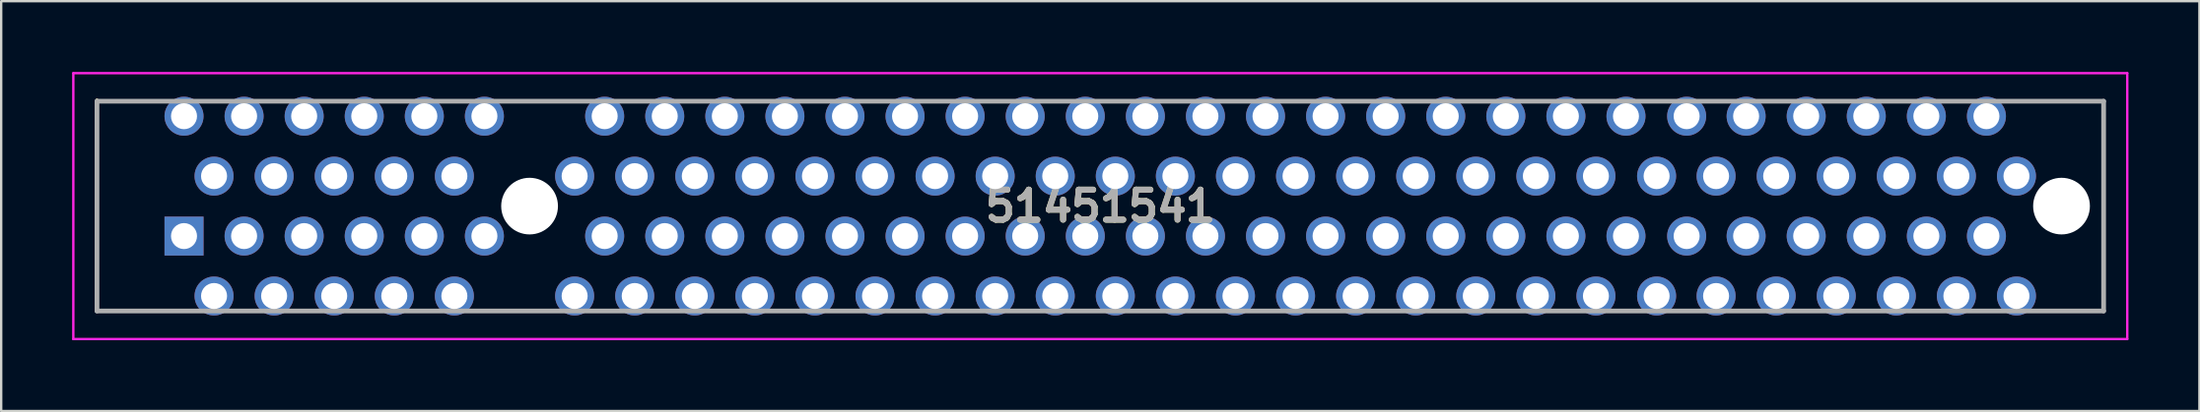
<source format=kicad_pcb>
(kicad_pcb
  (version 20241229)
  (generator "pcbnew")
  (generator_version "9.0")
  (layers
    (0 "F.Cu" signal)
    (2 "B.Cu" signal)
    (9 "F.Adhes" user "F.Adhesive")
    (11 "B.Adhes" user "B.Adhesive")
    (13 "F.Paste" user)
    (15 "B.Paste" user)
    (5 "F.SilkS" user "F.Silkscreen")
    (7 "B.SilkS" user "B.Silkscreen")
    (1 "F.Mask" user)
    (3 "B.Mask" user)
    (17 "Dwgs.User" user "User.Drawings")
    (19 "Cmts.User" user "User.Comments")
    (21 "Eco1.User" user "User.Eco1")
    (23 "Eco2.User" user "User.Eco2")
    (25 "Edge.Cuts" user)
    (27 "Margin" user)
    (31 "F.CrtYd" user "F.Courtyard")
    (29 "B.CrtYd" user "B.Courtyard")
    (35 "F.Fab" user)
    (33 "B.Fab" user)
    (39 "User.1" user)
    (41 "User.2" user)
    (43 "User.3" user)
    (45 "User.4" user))
  (footprint "51451541"
    (layer "F.Cu")
    (at 4.73 6.955)
    (property "Reference" "51451541" (at 38.74 -1.27 0) (layer "F.SilkS") (effects (font (size 1.27 1.27) (thickness 0.254))))
    (attr through_hole)
    (fp_line (start -3.68 -5.77) (end -3.68 -5.77) (stroke (width 0.1) (type solid)) (layer "F.SilkS"))
    (fp_line (start -3.68 -5.77) (end -3.68 3.175) (stroke (width 0.1) (type solid)) (layer "F.SilkS"))
    (fp_line (start -3.68 -5.715) (end -3.68 -5.715) (stroke (width 0.1) (type solid)) (layer "F.SilkS"))
    (fp_line (start -3.68 -5.715) (end -1.485 -5.715) (stroke (width 0.1) (type solid)) (layer "F.SilkS"))
    (fp_line (start -3.68 3.175) (end -3.68 -5.77) (stroke (width 0.1) (type solid)) (layer "F.SilkS"))
    (fp_line (start -3.68 3.175) (end -3.68 3.175) (stroke (width 0.1) (type solid)) (layer "F.SilkS"))
    (fp_line (start -3.68 3.175) (end -3.68 3.175) (stroke (width 0.1) (type solid)) (layer "F.SilkS"))
    (fp_line (start -3.68 3.175) (end -0.235 3.175) (stroke (width 0.1) (type solid)) (layer "F.SilkS"))
    (fp_line (start -1.485 -5.715) (end -3.68 -5.715) (stroke (width 0.1) (type solid)) (layer "F.SilkS"))
    (fp_line (start -1.485 -5.715) (end -1.485 -5.715) (stroke (width 0.1) (type solid)) (layer "F.SilkS"))
    (fp_line (start -0.235 3.175) (end -3.68 3.175) (stroke (width 0.1) (type solid)) (layer "F.SilkS"))
    (fp_line (start -0.235 3.175) (end -0.235 3.175) (stroke (width 0.1) (type solid)) (layer "F.SilkS"))
    (fp_line (start 13.015 3.175) (end 13.015 3.175) (stroke (width 0.1) (type solid)) (layer "F.SilkS"))
    (fp_line (start 13.015 3.175) (end 15.015 3.175) (stroke (width 0.1) (type solid)) (layer "F.SilkS"))
    (fp_line (start 14.265 -5.715) (end 16.265 -5.715) (stroke (width 0.1) (type solid)) (layer "F.SilkS"))
    (fp_line (start 15.015 3.175) (end 13.015 3.175) (stroke (width 0.1) (type solid)) (layer "F.SilkS"))
    (fp_line (start 15.015 3.175) (end 15.015 3.175) (stroke (width 0.1) (type solid)) (layer "F.SilkS"))
    (fp_line (start 77.515 -5.715) (end 77.515 -5.715) (stroke (width 0.1) (type solid)) (layer "F.SilkS"))
    (fp_line (start 77.515 -5.715) (end 81.16 -5.715) (stroke (width 0.1) (type solid)) (layer "F.SilkS"))
    (fp_line (start 78.765 3.175) (end 78.765 3.175) (stroke (width 0.1) (type solid)) (layer "F.SilkS"))
    (fp_line (start 78.765 3.175) (end 81.16 3.175) (stroke (width 0.1) (type solid)) (layer "F.SilkS"))
    (fp_line (start 81.16 -5.715) (end 77.515 -5.715) (stroke (width 0.1) (type solid)) (layer "F.SilkS"))
    (fp_line (start 81.16 -5.715) (end 81.16 -5.715) (stroke (width 0.1) (type solid)) (layer "F.SilkS"))
    (fp_line (start 81.16 -5.715) (end 81.16 -5.715) (stroke (width 0.1) (type solid)) (layer "F.SilkS"))
    (fp_line (start 81.16 -5.715) (end 81.16 3.175) (stroke (width 0.1) (type solid)) (layer "F.SilkS"))
    (fp_line (start 81.16 3.175) (end 78.765 3.175) (stroke (width 0.1) (type solid)) (layer "F.SilkS"))
    (fp_line (start 81.16 3.175) (end 81.16 -5.715) (stroke (width 0.1) (type solid)) (layer "F.SilkS"))
    (fp_line (start 81.16 3.175) (end 81.16 3.175) (stroke (width 0.1) (type solid)) (layer "F.SilkS"))
    (fp_line (start 81.16 3.175) (end 81.16 3.175) (stroke (width 0.1) (type solid)) (layer "F.SilkS"))
    (fp_line (start -4.68 -6.905) (end 82.16 -6.905) (stroke (width 0.1) (type solid)) (layer "F.CrtYd"))
    (fp_line (start -4.68 4.365) (end -4.68 -6.905) (stroke (width 0.1) (type solid)) (layer "F.CrtYd"))
    (fp_line (start 82.16 -6.905) (end 82.16 4.365) (stroke (width 0.1) (type solid)) (layer "F.CrtYd"))
    (fp_line (start 82.16 4.365) (end -4.68 4.365) (stroke (width 0.1) (type solid)) (layer "F.CrtYd"))
    (fp_line (start -3.68 -5.715) (end -3.68 3.175) (stroke (width 0.2) (type solid)) (layer "F.Fab"))
    (fp_line (start -3.68 3.175) (end 81.16 3.175) (stroke (width 0.2) (type solid)) (layer "F.Fab"))
    (fp_line (start 81.16 -5.715) (end -3.68 -5.715) (stroke (width 0.2) (type solid)) (layer "F.Fab"))
    (fp_line (start 81.16 3.175) (end 81.16 -5.715) (stroke (width 0.2) (type solid)) (layer "F.Fab"))
    (fp_text user "${REFERENCE}" (at 38.74 -1.27 0) (layer "F.Fab") (effects (font (size 1.27 1.27) (thickness 0.254))))
    (pad "" np_thru_hole circle (at 14.61 -1.27) (size 2.4 2.4) (drill 2.4) (layers "*.Cu" "*.Mask"))
    (pad "" np_thru_hole circle (at 79.38 -1.27) (size 2.4 2.4) (drill 2.4) (layers "*.Cu" "*.Mask"))
    (pad "A1" thru_hole rect (at 0 0) (size 1.65 1.65) (drill 1.1) (layers "*.Cu" "*.Mask"))
    (pad "A2" thru_hole circle (at 1.27 2.54) (size 1.65 1.65) (drill 1.1) (layers "*.Cu" "*.Mask"))
    (pad "A3" thru_hole circle (at 2.54 0) (size 1.65 1.65) (drill 1.1) (layers "*.Cu" "*.Mask"))
    (pad "A4" thru_hole circle (at 3.81 2.54) (size 1.65 1.65) (drill 1.1) (layers "*.Cu" "*.Mask"))
    (pad "A5" thru_hole circle (at 5.08 0) (size 1.65 1.65) (drill 1.1) (layers "*.Cu" "*.Mask"))
    (pad "A6" thru_hole circle (at 6.35 2.54) (size 1.65 1.65) (drill 1.1) (layers "*.Cu" "*.Mask"))
    (pad "A7" thru_hole circle (at 7.62 0) (size 1.65 1.65) (drill 1.1) (layers "*.Cu" "*.Mask"))
    (pad "A8" thru_hole circle (at 8.89 2.54) (size 1.65 1.65) (drill 1.1) (layers "*.Cu" "*.Mask"))
    (pad "A9" thru_hole circle (at 10.16 0) (size 1.65 1.65) (drill 1.1) (layers "*.Cu" "*.Mask"))
    (pad "A10" thru_hole circle (at 11.43 2.54) (size 1.65 1.65) (drill 1.1) (layers "*.Cu" "*.Mask"))
    (pad "A11" thru_hole circle (at 12.7 0) (size 1.65 1.65) (drill 1.1) (layers "*.Cu" "*.Mask"))
    (pad "A14" thru_hole circle (at 16.515 2.54) (size 1.65 1.65) (drill 1.1) (layers "*.Cu" "*.Mask"))
    (pad "A15" thru_hole circle (at 17.785 0) (size 1.65 1.65) (drill 1.1) (layers "*.Cu" "*.Mask"))
    (pad "A16" thru_hole circle (at 19.055 2.54) (size 1.65 1.65) (drill 1.1) (layers "*.Cu" "*.Mask"))
    (pad "A17" thru_hole circle (at 20.325 0) (size 1.65 1.65) (drill 1.1) (layers "*.Cu" "*.Mask"))
    (pad "A18" thru_hole circle (at 21.595 2.54) (size 1.65 1.65) (drill 1.1) (layers "*.Cu" "*.Mask"))
    (pad "A19" thru_hole circle (at 22.865 0) (size 1.65 1.65) (drill 1.1) (layers "*.Cu" "*.Mask"))
    (pad "A20" thru_hole circle (at 24.135 2.54) (size 1.65 1.65) (drill 1.1) (layers "*.Cu" "*.Mask"))
    (pad "A21" thru_hole circle (at 25.405 0) (size 1.65 1.65) (drill 1.1) (layers "*.Cu" "*.Mask"))
    (pad "A22" thru_hole circle (at 26.675 2.54) (size 1.65 1.65) (drill 1.1) (layers "*.Cu" "*.Mask"))
    (pad "A23" thru_hole circle (at 27.945 0) (size 1.65 1.65) (drill 1.1) (layers "*.Cu" "*.Mask"))
    (pad "A24" thru_hole circle (at 29.215 2.54) (size 1.65 1.65) (drill 1.1) (layers "*.Cu" "*.Mask"))
    (pad "A25" thru_hole circle (at 30.485 0) (size 1.65 1.65) (drill 1.1) (layers "*.Cu" "*.Mask"))
    (pad "A26" thru_hole circle (at 31.755 2.54) (size 1.65 1.65) (drill 1.1) (layers "*.Cu" "*.Mask"))
    (pad "A27" thru_hole circle (at 33.025 0) (size 1.65 1.65) (drill 1.1) (layers "*.Cu" "*.Mask"))
    (pad "A28" thru_hole circle (at 34.295 2.54) (size 1.65 1.65) (drill 1.1) (layers "*.Cu" "*.Mask"))
    (pad "A29" thru_hole circle (at 35.565 0) (size 1.65 1.65) (drill 1.1) (layers "*.Cu" "*.Mask"))
    (pad "A30" thru_hole circle (at 36.835 2.54) (size 1.65 1.65) (drill 1.1) (layers "*.Cu" "*.Mask"))
    (pad "A31" thru_hole circle (at 38.105 0) (size 1.65 1.65) (drill 1.1) (layers "*.Cu" "*.Mask"))
    (pad "A32" thru_hole circle (at 39.375 2.54) (size 1.65 1.65) (drill 1.1) (layers "*.Cu" "*.Mask"))
    (pad "A33" thru_hole circle (at 40.645 0) (size 1.65 1.65) (drill 1.1) (layers "*.Cu" "*.Mask"))
    (pad "A34" thru_hole circle (at 41.915 2.54) (size 1.65 1.65) (drill 1.1) (layers "*.Cu" "*.Mask"))
    (pad "A35" thru_hole circle (at 43.185 0) (size 1.65 1.65) (drill 1.1) (layers "*.Cu" "*.Mask"))
    (pad "A36" thru_hole circle (at 44.455 2.54) (size 1.65 1.65) (drill 1.1) (layers "*.Cu" "*.Mask"))
    (pad "A37" thru_hole circle (at 45.725 0) (size 1.65 1.65) (drill 1.1) (layers "*.Cu" "*.Mask"))
    (pad "A38" thru_hole circle (at 46.995 2.54) (size 1.65 1.65) (drill 1.1) (layers "*.Cu" "*.Mask"))
    (pad "A39" thru_hole circle (at 48.265 0) (size 1.65 1.65) (drill 1.1) (layers "*.Cu" "*.Mask"))
    (pad "A40" thru_hole circle (at 49.535 2.54) (size 1.65 1.65) (drill 1.1) (layers "*.Cu" "*.Mask"))
    (pad "A41" thru_hole circle (at 50.805 0) (size 1.65 1.65) (drill 1.1) (layers "*.Cu" "*.Mask"))
    (pad "A42" thru_hole circle (at 52.075 2.54) (size 1.65 1.65) (drill 1.1) (layers "*.Cu" "*.Mask"))
    (pad "A43" thru_hole circle (at 53.345 0) (size 1.65 1.65) (drill 1.1) (layers "*.Cu" "*.Mask"))
    (pad "A44" thru_hole circle (at 54.615 2.54) (size 1.65 1.65) (drill 1.1) (layers "*.Cu" "*.Mask"))
    (pad "A45" thru_hole circle (at 55.885 0) (size 1.65 1.65) (drill 1.1) (layers "*.Cu" "*.Mask"))
    (pad "A46" thru_hole circle (at 57.155 2.54) (size 1.65 1.65) (drill 1.1) (layers "*.Cu" "*.Mask"))
    (pad "A47" thru_hole circle (at 58.425 0) (size 1.65 1.65) (drill 1.1) (layers "*.Cu" "*.Mask"))
    (pad "A48" thru_hole circle (at 59.695 2.54) (size 1.65 1.65) (drill 1.1) (layers "*.Cu" "*.Mask"))
    (pad "A49" thru_hole circle (at 60.965 0) (size 1.65 1.65) (drill 1.1) (layers "*.Cu" "*.Mask"))
    (pad "A50" thru_hole circle (at 62.26 2.54) (size 1.65 1.65) (drill 1.1) (layers "*.Cu" "*.Mask"))
    (pad "A51" thru_hole circle (at 63.53 0) (size 1.65 1.65) (drill 1.1) (layers "*.Cu" "*.Mask"))
    (pad "A52" thru_hole circle (at 64.775 2.54) (size 1.65 1.65) (drill 1.1) (layers "*.Cu" "*.Mask"))
    (pad "A53" thru_hole circle (at 66.045 0) (size 1.65 1.65) (drill 1.1) (layers "*.Cu" "*.Mask"))
    (pad "A54" thru_hole circle (at 67.315 2.54) (size 1.65 1.65) (drill 1.1) (layers "*.Cu" "*.Mask"))
    (pad "A55" thru_hole circle (at 68.585 0) (size 1.65 1.65) (drill 1.1) (layers "*.Cu" "*.Mask"))
    (pad "A56" thru_hole circle (at 69.855 2.54) (size 1.65 1.65) (drill 1.1) (layers "*.Cu" "*.Mask"))
    (pad "A57" thru_hole circle (at 71.125 0) (size 1.65 1.65) (drill 1.1) (layers "*.Cu" "*.Mask"))
    (pad "A58" thru_hole circle (at 72.395 2.54) (size 1.65 1.65) (drill 1.1) (layers "*.Cu" "*.Mask"))
    (pad "A59" thru_hole circle (at 73.665 0) (size 1.65 1.65) (drill 1.1) (layers "*.Cu" "*.Mask"))
    (pad "A60" thru_hole circle (at 74.935 2.54) (size 1.65 1.65) (drill 1.1) (layers "*.Cu" "*.Mask"))
    (pad "A61" thru_hole circle (at 76.205 0) (size 1.65 1.65) (drill 1.1) (layers "*.Cu" "*.Mask"))
    (pad "A62" thru_hole circle (at 77.475 2.54) (size 1.65 1.65) (drill 1.1) (layers "*.Cu" "*.Mask"))
    (pad "B1" thru_hole circle (at 0 -5.08) (size 1.65 1.65) (drill 1.1) (layers "*.Cu" "*.Mask"))
    (pad "B2" thru_hole circle (at 1.27 -2.54) (size 1.65 1.65) (drill 1.1) (layers "*.Cu" "*.Mask"))
    (pad "B3" thru_hole circle (at 2.54 -5.08) (size 1.65 1.65) (drill 1.1) (layers "*.Cu" "*.Mask"))
    (pad "B4" thru_hole circle (at 3.81 -2.54) (size 1.65 1.65) (drill 1.1) (layers "*.Cu" "*.Mask"))
    (pad "B5" thru_hole circle (at 5.08 -5.08) (size 1.65 1.65) (drill 1.1) (layers "*.Cu" "*.Mask"))
    (pad "B6" thru_hole circle (at 6.35 -2.54) (size 1.65 1.65) (drill 1.1) (layers "*.Cu" "*.Mask"))
    (pad "B7" thru_hole circle (at 7.62 -5.08) (size 1.65 1.65) (drill 1.1) (layers "*.Cu" "*.Mask"))
    (pad "B8" thru_hole circle (at 8.89 -2.54) (size 1.65 1.65) (drill 1.1) (layers "*.Cu" "*.Mask"))
    (pad "B9" thru_hole circle (at 10.16 -5.08) (size 1.65 1.65) (drill 1.1) (layers "*.Cu" "*.Mask"))
    (pad "B10" thru_hole circle (at 11.43 -2.54) (size 1.65 1.65) (drill 1.1) (layers "*.Cu" "*.Mask"))
    (pad "B11" thru_hole circle (at 12.7 -5.08) (size 1.65 1.65) (drill 1.1) (layers "*.Cu" "*.Mask"))
    (pad "B14" thru_hole circle (at 16.515 -2.54) (size 1.65 1.65) (drill 1.1) (layers "*.Cu" "*.Mask"))
    (pad "B15" thru_hole circle (at 17.785 -5.08) (size 1.65 1.65) (drill 1.1) (layers "*.Cu" "*.Mask"))
    (pad "B16" thru_hole circle (at 19.055 -2.54) (size 1.65 1.65) (drill 1.1) (layers "*.Cu" "*.Mask"))
    (pad "B17" thru_hole circle (at 20.325 -5.08) (size 1.65 1.65) (drill 1.1) (layers "*.Cu" "*.Mask"))
    (pad "B18" thru_hole circle (at 21.595 -2.54) (size 1.65 1.65) (drill 1.1) (layers "*.Cu" "*.Mask"))
    (pad "B19" thru_hole circle (at 22.865 -5.08) (size 1.65 1.65) (drill 1.1) (layers "*.Cu" "*.Mask"))
    (pad "B20" thru_hole circle (at 24.135 -2.54) (size 1.65 1.65) (drill 1.1) (layers "*.Cu" "*.Mask"))
    (pad "B21" thru_hole circle (at 25.405 -5.08) (size 1.65 1.65) (drill 1.1) (layers "*.Cu" "*.Mask"))
    (pad "B22" thru_hole circle (at 26.675 -2.54) (size 1.65 1.65) (drill 1.1) (layers "*.Cu" "*.Mask"))
    (pad "B23" thru_hole circle (at 27.945 -5.08) (size 1.65 1.65) (drill 1.1) (layers "*.Cu" "*.Mask"))
    (pad "B24" thru_hole circle (at 29.215 -2.54) (size 1.65 1.65) (drill 1.1) (layers "*.Cu" "*.Mask"))
    (pad "B25" thru_hole circle (at 30.485 -5.08) (size 1.65 1.65) (drill 1.1) (layers "*.Cu" "*.Mask"))
    (pad "B26" thru_hole circle (at 31.755 -2.54) (size 1.65 1.65) (drill 1.1) (layers "*.Cu" "*.Mask"))
    (pad "B27" thru_hole circle (at 33.025 -5.08) (size 1.65 1.65) (drill 1.1) (layers "*.Cu" "*.Mask"))
    (pad "B28" thru_hole circle (at 34.295 -2.54) (size 1.65 1.65) (drill 1.1) (layers "*.Cu" "*.Mask"))
    (pad "B29" thru_hole circle (at 35.565 -5.08) (size 1.65 1.65) (drill 1.1) (layers "*.Cu" "*.Mask"))
    (pad "B30" thru_hole circle (at 36.835 -2.54) (size 1.65 1.65) (drill 1.1) (layers "*.Cu" "*.Mask"))
    (pad "B31" thru_hole circle (at 38.105 -5.08) (size 1.65 1.65) (drill 1.1) (layers "*.Cu" "*.Mask"))
    (pad "B32" thru_hole circle (at 39.375 -2.54) (size 1.65 1.65) (drill 1.1) (layers "*.Cu" "*.Mask"))
    (pad "B33" thru_hole circle (at 40.645 -5.08) (size 1.65 1.65) (drill 1.1) (layers "*.Cu" "*.Mask"))
    (pad "B34" thru_hole circle (at 41.915 -2.54) (size 1.65 1.65) (drill 1.1) (layers "*.Cu" "*.Mask"))
    (pad "B35" thru_hole circle (at 43.185 -5.08) (size 1.65 1.65) (drill 1.1) (layers "*.Cu" "*.Mask"))
    (pad "B36" thru_hole circle (at 44.455 -2.54) (size 1.65 1.65) (drill 1.1) (layers "*.Cu" "*.Mask"))
    (pad "B37" thru_hole circle (at 45.725 -5.08) (size 1.65 1.65) (drill 1.1) (layers "*.Cu" "*.Mask"))
    (pad "B38" thru_hole circle (at 46.995 -2.54) (size 1.65 1.65) (drill 1.1) (layers "*.Cu" "*.Mask"))
    (pad "B39" thru_hole circle (at 48.265 -5.08) (size 1.65 1.65) (drill 1.1) (layers "*.Cu" "*.Mask"))
    (pad "B40" thru_hole circle (at 49.535 -2.54) (size 1.65 1.65) (drill 1.1) (layers "*.Cu" "*.Mask"))
    (pad "B41" thru_hole circle (at 50.805 -5.08) (size 1.65 1.65) (drill 1.1) (layers "*.Cu" "*.Mask"))
    (pad "B42" thru_hole circle (at 52.075 -2.54) (size 1.65 1.65) (drill 1.1) (layers "*.Cu" "*.Mask"))
    (pad "B43" thru_hole circle (at 53.345 -5.08) (size 1.65 1.65) (drill 1.1) (layers "*.Cu" "*.Mask"))
    (pad "B44" thru_hole circle (at 54.615 -2.54) (size 1.65 1.65) (drill 1.1) (layers "*.Cu" "*.Mask"))
    (pad "B45" thru_hole circle (at 55.885 -5.08) (size 1.65 1.65) (drill 1.1) (layers "*.Cu" "*.Mask"))
    (pad "B46" thru_hole circle (at 57.155 -2.54) (size 1.65 1.65) (drill 1.1) (layers "*.Cu" "*.Mask"))
    (pad "B47" thru_hole circle (at 58.425 -5.08) (size 1.65 1.65) (drill 1.1) (layers "*.Cu" "*.Mask"))
    (pad "B48" thru_hole circle (at 59.695 -2.54) (size 1.65 1.65) (drill 1.1) (layers "*.Cu" "*.Mask"))
    (pad "B49" thru_hole circle (at 60.965 -5.08) (size 1.65 1.65) (drill 1.1) (layers "*.Cu" "*.Mask"))
    (pad "B50" thru_hole circle (at 62.26 -2.54) (size 1.65 1.65) (drill 1.1) (layers "*.Cu" "*.Mask"))
    (pad "B51" thru_hole circle (at 63.53 -5.08) (size 1.65 1.65) (drill 1.1) (layers "*.Cu" "*.Mask"))
    (pad "B52" thru_hole circle (at 64.775 -2.54) (size 1.65 1.65) (drill 1.1) (layers "*.Cu" "*.Mask"))
    (pad "B53" thru_hole circle (at 66.045 -5.08) (size 1.65 1.65) (drill 1.1) (layers "*.Cu" "*.Mask"))
    (pad "B54" thru_hole circle (at 67.315 -2.54) (size 1.65 1.65) (drill 1.1) (layers "*.Cu" "*.Mask"))
    (pad "B55" thru_hole circle (at 68.585 -5.08) (size 1.65 1.65) (drill 1.1) (layers "*.Cu" "*.Mask"))
    (pad "B56" thru_hole circle (at 69.855 -2.54) (size 1.65 1.65) (drill 1.1) (layers "*.Cu" "*.Mask"))
    (pad "B57" thru_hole circle (at 71.125 -5.08) (size 1.65 1.65) (drill 1.1) (layers "*.Cu" "*.Mask"))
    (pad "B58" thru_hole circle (at 72.395 -2.54) (size 1.65 1.65) (drill 1.1) (layers "*.Cu" "*.Mask"))
    (pad "B59" thru_hole circle (at 73.665 -5.08) (size 1.65 1.65) (drill 1.1) (layers "*.Cu" "*.Mask"))
    (pad "B60" thru_hole circle (at 74.935 -2.54) (size 1.65 1.65) (drill 1.1) (layers "*.Cu" "*.Mask"))
    (pad "B61" thru_hole circle (at 76.205 -5.08) (size 1.65 1.65) (drill 1.1) (layers "*.Cu" "*.Mask"))
    (pad "B62" thru_hole circle (at 77.475 -2.54) (size 1.65 1.65) (drill 1.1) (layers "*.Cu" "*.Mask")))
  (gr_rect
    (start -3 -3)
    (end 89.94 14.37)
    (stroke (width 0.1) (type default))
    (fill no)
    (layer "Edge.Cuts")))
</source>
